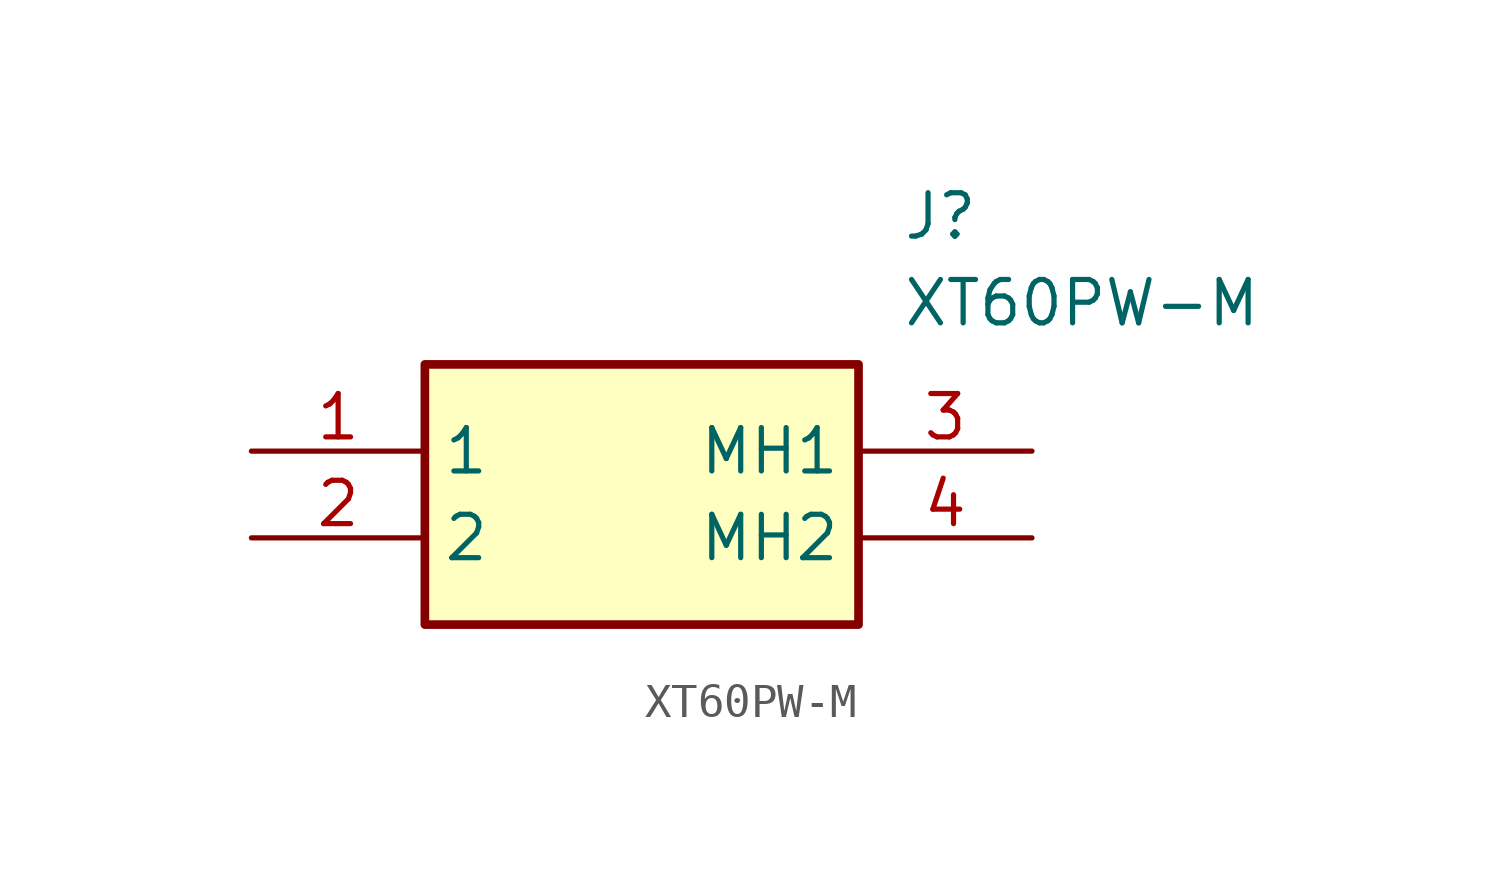
<source format=kicad_sym>
(kicad_symbol_lib
  (version 20211014)
  (generator SamacSys_ECAD_Model)
  (symbol "XT60PW-M"
    (property "Reference" "J"
      (at 19.05 7.62 0)
      (effects (font (size 1.27 1.27)) (justify left top)))
    (property "Value" "XT60PW-M"
      (at 19.05 5.08 0)
      (effects (font (size 1.27 1.27)) (justify left top)))
    (rectangle
      (start 5.08 2.54)
      (end 17.78 -5.08)
      (stroke (width 0.254) (type default))
      (fill (type background)))
    (pin passive line
      (at 0 0 0)
      (length 5.08)
      (name "1" (effects (font (size 1.27 1.27))))
      (number "1" (effects (font (size 1.27 1.27)))))
    (pin passive line
      (at 0 -2.54 0)
      (length 5.08)
      (name "2" (effects (font (size 1.27 1.27))))
      (number "2" (effects (font (size 1.27 1.27)))))
    (pin passive line
      (at 22.86 0 180)
      (length 5.08)
      (name "MH1" (effects (font (size 1.27 1.27))))
      (number "3" (effects (font (size 1.27 1.27)))))
    (pin passive line
      (at 22.86 -2.54 180)
      (length 5.08)
      (name "MH2" (effects (font (size 1.27 1.27))))
      (number "4" (effects (font (size 1.27 1.27)))))))
</source>
